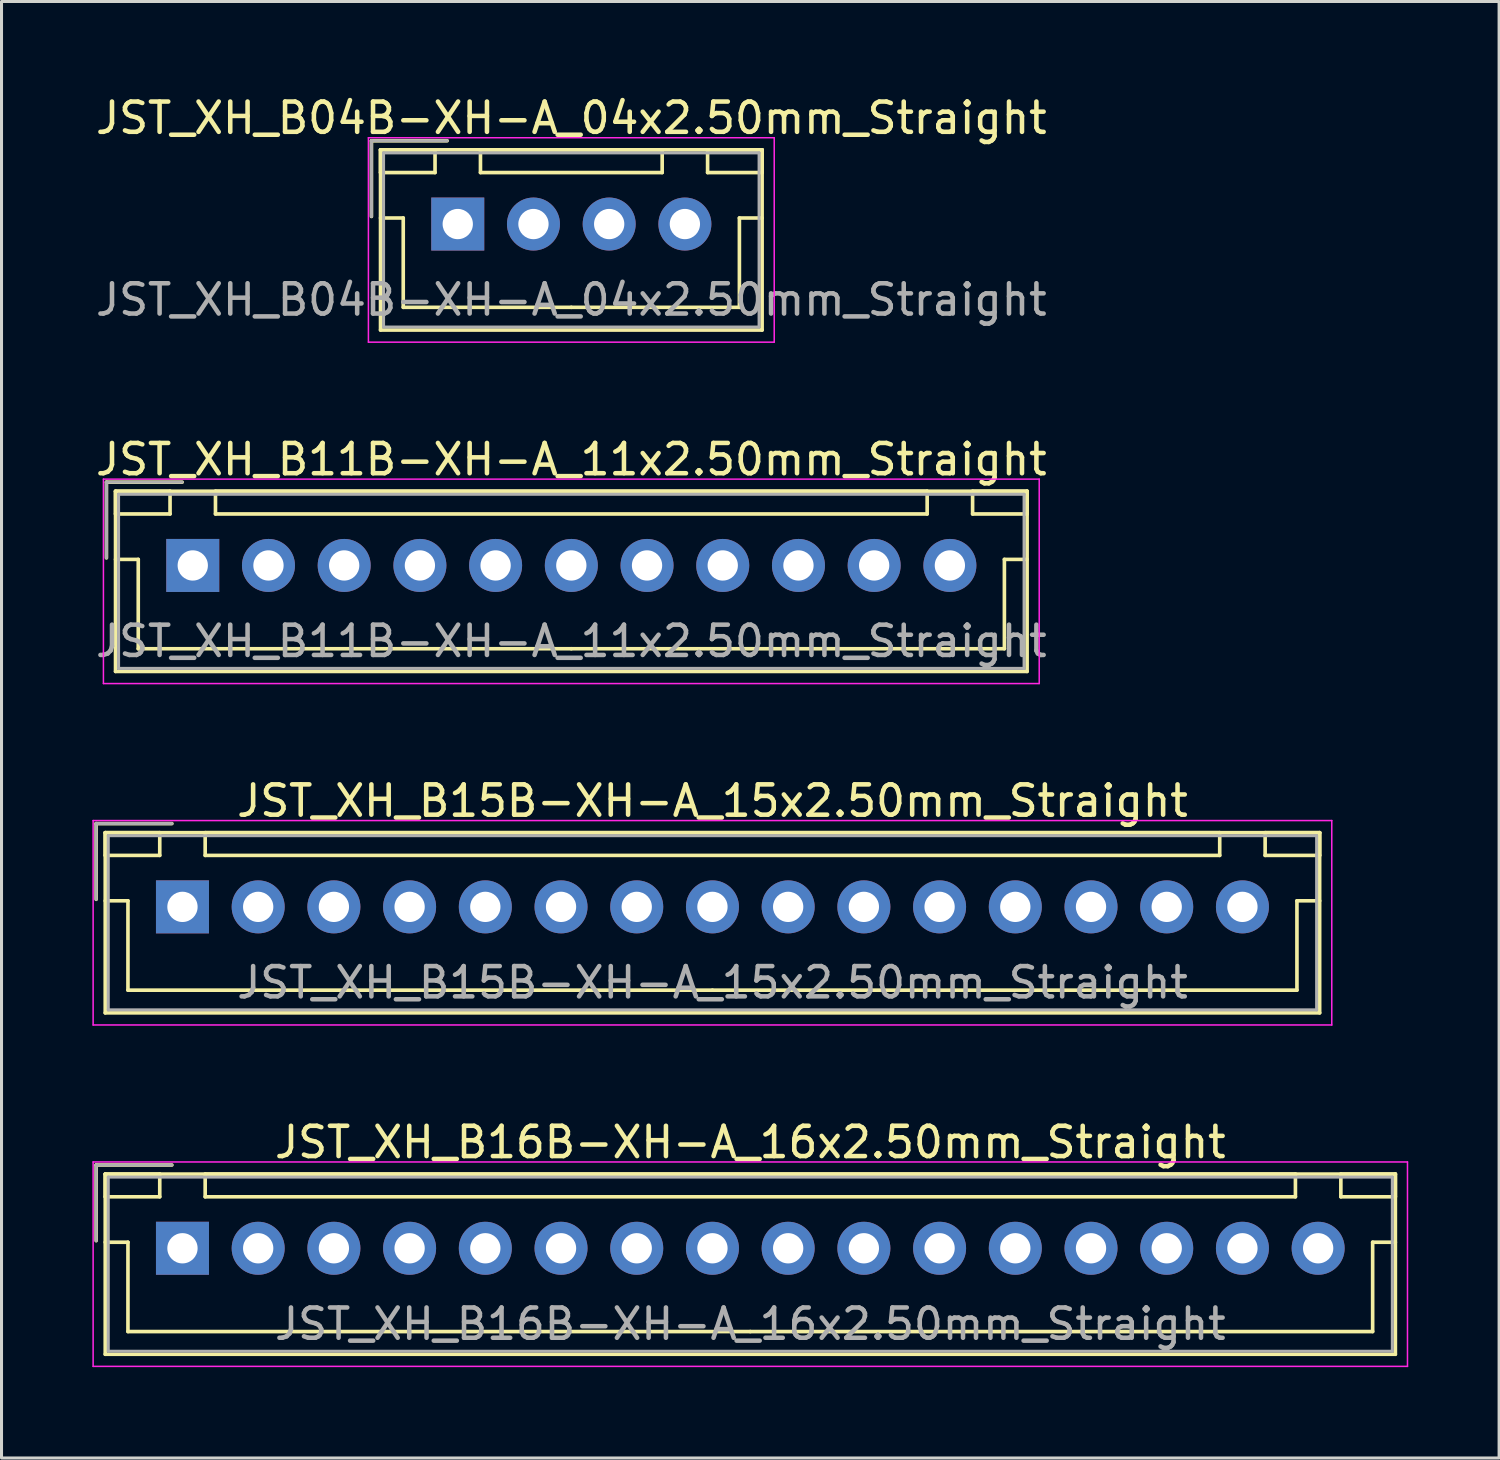
<source format=kicad_pcb>
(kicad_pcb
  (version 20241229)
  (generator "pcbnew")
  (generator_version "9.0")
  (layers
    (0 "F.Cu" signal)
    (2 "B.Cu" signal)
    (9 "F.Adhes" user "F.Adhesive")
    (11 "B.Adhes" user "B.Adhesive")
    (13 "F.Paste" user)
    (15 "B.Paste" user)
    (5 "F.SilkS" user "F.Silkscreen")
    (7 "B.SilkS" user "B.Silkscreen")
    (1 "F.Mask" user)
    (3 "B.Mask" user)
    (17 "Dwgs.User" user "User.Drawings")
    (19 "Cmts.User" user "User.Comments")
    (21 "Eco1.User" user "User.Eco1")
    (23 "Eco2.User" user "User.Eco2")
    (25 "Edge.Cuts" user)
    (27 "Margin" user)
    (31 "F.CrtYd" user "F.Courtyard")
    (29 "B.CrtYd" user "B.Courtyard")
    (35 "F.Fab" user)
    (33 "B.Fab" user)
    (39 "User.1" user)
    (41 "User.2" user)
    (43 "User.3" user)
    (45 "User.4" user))
  (footprint "JST_XH_B15B-XH-A_15x2.50mm_Straight"
    (layer "F.Cu")
    (at 2.975 26.895)
    (property "Reference" "JST_XH_B15B-XH-A_15x2.50mm_Straight" (at 17.5 -3.5 0) (layer "F.SilkS") (effects (font (size 1 1) (thickness 0.15))))
    (attr through_hole)
    (fp_line (start -2.85 -2.75) (end -2.85 -0.25) (stroke (width 0.12) (type solid)) (layer "F.SilkS"))
    (fp_line (start -2.55 -2.45) (end -2.55 -1.7) (stroke (width 0.12) (type solid)) (layer "F.SilkS"))
    (fp_line (start -2.55 -2.45) (end -2.55 3.5) (stroke (width 0.12) (type solid)) (layer "F.SilkS"))
    (fp_line (start -2.55 -1.7) (end -0.75 -1.7) (stroke (width 0.12) (type solid)) (layer "F.SilkS"))
    (fp_line (start -2.55 -0.2) (end -1.8 -0.2) (stroke (width 0.12) (type solid)) (layer "F.SilkS"))
    (fp_line (start -2.55 3.5) (end 37.55 3.5) (stroke (width 0.12) (type solid)) (layer "F.SilkS"))
    (fp_line (start -1.8 -0.2) (end -1.8 2.75) (stroke (width 0.12) (type solid)) (layer "F.SilkS"))
    (fp_line (start -1.8 2.75) (end 17.5 2.75) (stroke (width 0.12) (type solid)) (layer "F.SilkS"))
    (fp_line (start -0.75 -2.45) (end -2.55 -2.45) (stroke (width 0.12) (type solid)) (layer "F.SilkS"))
    (fp_line (start -0.75 -1.7) (end -0.75 -2.45) (stroke (width 0.12) (type solid)) (layer "F.SilkS"))
    (fp_line (start -0.35 -2.75) (end -2.85 -2.75) (stroke (width 0.12) (type solid)) (layer "F.SilkS"))
    (fp_line (start 0.75 -2.45) (end 0.75 -1.7) (stroke (width 0.12) (type solid)) (layer "F.SilkS"))
    (fp_line (start 0.75 -1.7) (end 34.25 -1.7) (stroke (width 0.12) (type solid)) (layer "F.SilkS"))
    (fp_line (start 34.25 -2.45) (end 0.75 -2.45) (stroke (width 0.12) (type solid)) (layer "F.SilkS"))
    (fp_line (start 34.25 -1.7) (end 34.25 -2.45) (stroke (width 0.12) (type solid)) (layer "F.SilkS"))
    (fp_line (start 35.75 -2.45) (end 35.75 -1.7) (stroke (width 0.12) (type solid)) (layer "F.SilkS"))
    (fp_line (start 35.75 -1.7) (end 37.55 -1.7) (stroke (width 0.12) (type solid)) (layer "F.SilkS"))
    (fp_line (start 36.8 -0.2) (end 36.8 2.75) (stroke (width 0.12) (type solid)) (layer "F.SilkS"))
    (fp_line (start 36.8 2.75) (end 17.5 2.75) (stroke (width 0.12) (type solid)) (layer "F.SilkS"))
    (fp_line (start 37.55 -2.45) (end -2.55 -2.45) (stroke (width 0.12) (type solid)) (layer "F.SilkS"))
    (fp_line (start 37.55 -2.45) (end 35.75 -2.45) (stroke (width 0.12) (type solid)) (layer "F.SilkS"))
    (fp_line (start 37.55 -1.7) (end 37.55 -2.45) (stroke (width 0.12) (type solid)) (layer "F.SilkS"))
    (fp_line (start 37.55 -0.2) (end 36.8 -0.2) (stroke (width 0.12) (type solid)) (layer "F.SilkS"))
    (fp_line (start 37.55 3.5) (end 37.55 -2.45) (stroke (width 0.12) (type solid)) (layer "F.SilkS"))
    (fp_line (start -2.95 -2.85) (end -2.95 3.9) (stroke (width 0.05) (type solid)) (layer "F.CrtYd"))
    (fp_line (start -2.95 3.9) (end 37.95 3.9) (stroke (width 0.05) (type solid)) (layer "F.CrtYd"))
    (fp_line (start 37.95 -2.85) (end -2.95 -2.85) (stroke (width 0.05) (type solid)) (layer "F.CrtYd"))
    (fp_line (start 37.95 3.9) (end 37.95 -2.85) (stroke (width 0.05) (type solid)) (layer "F.CrtYd"))
    (fp_line (start -2.85 -2.75) (end -2.85 -0.25) (stroke (width 0.1) (type solid)) (layer "F.Fab"))
    (fp_line (start -2.45 -2.35) (end -2.45 3.4) (stroke (width 0.1) (type solid)) (layer "F.Fab"))
    (fp_line (start -2.45 3.4) (end 37.45 3.4) (stroke (width 0.1) (type solid)) (layer "F.Fab"))
    (fp_line (start -0.35 -2.75) (end -2.85 -2.75) (stroke (width 0.1) (type solid)) (layer "F.Fab"))
    (fp_line (start 37.45 -2.35) (end -2.45 -2.35) (stroke (width 0.1) (type solid)) (layer "F.Fab"))
    (fp_line (start 37.45 3.4) (end 37.45 -2.35) (stroke (width 0.1) (type solid)) (layer "F.Fab"))
    (fp_text user "${REFERENCE}" (at 17.5 2.5 0) (layer "F.Fab") (effects (font (size 1 1) (thickness 0.15))))
    (pad "1" thru_hole rect (at 0 0) (size 1.75 1.75) (drill 1) (layers "*.Cu" "*.Mask"))
    (pad "2" thru_hole circle (at 2.5 0) (size 1.75 1.75) (drill 1) (layers "*.Cu" "*.Mask"))
    (pad "3" thru_hole circle (at 5 0) (size 1.75 1.75) (drill 1) (layers "*.Cu" "*.Mask"))
    (pad "4" thru_hole circle (at 7.5 0) (size 1.75 1.75) (drill 1) (layers "*.Cu" "*.Mask"))
    (pad "5" thru_hole circle (at 10 0) (size 1.75 1.75) (drill 1) (layers "*.Cu" "*.Mask"))
    (pad "6" thru_hole circle (at 12.5 0) (size 1.75 1.75) (drill 1) (layers "*.Cu" "*.Mask"))
    (pad "7" thru_hole circle (at 15 0) (size 1.75 1.75) (drill 1) (layers "*.Cu" "*.Mask"))
    (pad "8" thru_hole circle (at 17.5 0) (size 1.75 1.75) (drill 1) (layers "*.Cu" "*.Mask"))
    (pad "9" thru_hole circle (at 20 0) (size 1.75 1.75) (drill 1) (layers "*.Cu" "*.Mask"))
    (pad "10" thru_hole circle (at 22.5 0) (size 1.75 1.75) (drill 1) (layers "*.Cu" "*.Mask"))
    (pad "11" thru_hole circle (at 25 0) (size 1.75 1.75) (drill 1) (layers "*.Cu" "*.Mask"))
    (pad "12" thru_hole circle (at 27.5 0) (size 1.75 1.75) (drill 1) (layers "*.Cu" "*.Mask"))
    (pad "13" thru_hole circle (at 30 0) (size 1.75 1.75) (drill 1) (layers "*.Cu" "*.Mask"))
    (pad "14" thru_hole circle (at 32.5 0) (size 1.75 1.75) (drill 1) (layers "*.Cu" "*.Mask"))
    (pad "15" thru_hole circle (at 35 0) (size 1.75 1.75) (drill 1) (layers "*.Cu" "*.Mask")))
  (footprint "JST_XH_B16B-XH-A_16x2.50mm_Straight"
    (layer "F.Cu")
    (at 2.975 38.168)
    (property "Reference" "JST_XH_B16B-XH-A_16x2.50mm_Straight" (at 18.75 -3.5 0) (layer "F.SilkS") (effects (font (size 1 1) (thickness 0.15))))
    (attr through_hole)
    (fp_line (start -2.85 -2.75) (end -2.85 -0.25) (stroke (width 0.12) (type solid)) (layer "F.SilkS"))
    (fp_line (start -2.55 -2.45) (end -2.55 -1.7) (stroke (width 0.12) (type solid)) (layer "F.SilkS"))
    (fp_line (start -2.55 -2.45) (end -2.55 3.5) (stroke (width 0.12) (type solid)) (layer "F.SilkS"))
    (fp_line (start -2.55 -1.7) (end -0.75 -1.7) (stroke (width 0.12) (type solid)) (layer "F.SilkS"))
    (fp_line (start -2.55 -0.2) (end -1.8 -0.2) (stroke (width 0.12) (type solid)) (layer "F.SilkS"))
    (fp_line (start -2.55 3.5) (end 40.05 3.5) (stroke (width 0.12) (type solid)) (layer "F.SilkS"))
    (fp_line (start -1.8 -0.2) (end -1.8 2.75) (stroke (width 0.12) (type solid)) (layer "F.SilkS"))
    (fp_line (start -1.8 2.75) (end 18.75 2.75) (stroke (width 0.12) (type solid)) (layer "F.SilkS"))
    (fp_line (start -0.75 -2.45) (end -2.55 -2.45) (stroke (width 0.12) (type solid)) (layer "F.SilkS"))
    (fp_line (start -0.75 -1.7) (end -0.75 -2.45) (stroke (width 0.12) (type solid)) (layer "F.SilkS"))
    (fp_line (start -0.35 -2.75) (end -2.85 -2.75) (stroke (width 0.12) (type solid)) (layer "F.SilkS"))
    (fp_line (start 0.75 -2.45) (end 0.75 -1.7) (stroke (width 0.12) (type solid)) (layer "F.SilkS"))
    (fp_line (start 0.75 -1.7) (end 36.75 -1.7) (stroke (width 0.12) (type solid)) (layer "F.SilkS"))
    (fp_line (start 36.75 -2.45) (end 0.75 -2.45) (stroke (width 0.12) (type solid)) (layer "F.SilkS"))
    (fp_line (start 36.75 -1.7) (end 36.75 -2.45) (stroke (width 0.12) (type solid)) (layer "F.SilkS"))
    (fp_line (start 38.25 -2.45) (end 38.25 -1.7) (stroke (width 0.12) (type solid)) (layer "F.SilkS"))
    (fp_line (start 38.25 -1.7) (end 40.05 -1.7) (stroke (width 0.12) (type solid)) (layer "F.SilkS"))
    (fp_line (start 39.3 -0.2) (end 39.3 2.75) (stroke (width 0.12) (type solid)) (layer "F.SilkS"))
    (fp_line (start 39.3 2.75) (end 18.75 2.75) (stroke (width 0.12) (type solid)) (layer "F.SilkS"))
    (fp_line (start 40.05 -2.45) (end -2.55 -2.45) (stroke (width 0.12) (type solid)) (layer "F.SilkS"))
    (fp_line (start 40.05 -2.45) (end 38.25 -2.45) (stroke (width 0.12) (type solid)) (layer "F.SilkS"))
    (fp_line (start 40.05 -1.7) (end 40.05 -2.45) (stroke (width 0.12) (type solid)) (layer "F.SilkS"))
    (fp_line (start 40.05 -0.2) (end 39.3 -0.2) (stroke (width 0.12) (type solid)) (layer "F.SilkS"))
    (fp_line (start 40.05 3.5) (end 40.05 -2.45) (stroke (width 0.12) (type solid)) (layer "F.SilkS"))
    (fp_line (start -2.95 -2.85) (end -2.95 3.9) (stroke (width 0.05) (type solid)) (layer "F.CrtYd"))
    (fp_line (start -2.95 3.9) (end 40.45 3.9) (stroke (width 0.05) (type solid)) (layer "F.CrtYd"))
    (fp_line (start 40.45 -2.85) (end -2.95 -2.85) (stroke (width 0.05) (type solid)) (layer "F.CrtYd"))
    (fp_line (start 40.45 3.9) (end 40.45 -2.85) (stroke (width 0.05) (type solid)) (layer "F.CrtYd"))
    (fp_line (start -2.85 -2.75) (end -2.85 -0.25) (stroke (width 0.1) (type solid)) (layer "F.Fab"))
    (fp_line (start -2.45 -2.35) (end -2.45 3.4) (stroke (width 0.1) (type solid)) (layer "F.Fab"))
    (fp_line (start -2.45 3.4) (end 39.95 3.4) (stroke (width 0.1) (type solid)) (layer "F.Fab"))
    (fp_line (start -0.35 -2.75) (end -2.85 -2.75) (stroke (width 0.1) (type solid)) (layer "F.Fab"))
    (fp_line (start 39.95 -2.35) (end -2.45 -2.35) (stroke (width 0.1) (type solid)) (layer "F.Fab"))
    (fp_line (start 39.95 3.4) (end 39.95 -2.35) (stroke (width 0.1) (type solid)) (layer "F.Fab"))
    (fp_text user "${REFERENCE}" (at 18.75 2.5 0) (layer "F.Fab") (effects (font (size 1 1) (thickness 0.15))))
    (pad "1" thru_hole rect (at 0 0) (size 1.75 1.75) (drill 1) (layers "*.Cu" "*.Mask"))
    (pad "2" thru_hole circle (at 2.5 0) (size 1.75 1.75) (drill 1) (layers "*.Cu" "*.Mask"))
    (pad "3" thru_hole circle (at 5 0) (size 1.75 1.75) (drill 1) (layers "*.Cu" "*.Mask"))
    (pad "4" thru_hole circle (at 7.5 0) (size 1.75 1.75) (drill 1) (layers "*.Cu" "*.Mask"))
    (pad "5" thru_hole circle (at 10 0) (size 1.75 1.75) (drill 1) (layers "*.Cu" "*.Mask"))
    (pad "6" thru_hole circle (at 12.5 0) (size 1.75 1.75) (drill 1) (layers "*.Cu" "*.Mask"))
    (pad "7" thru_hole circle (at 15 0) (size 1.75 1.75) (drill 1) (layers "*.Cu" "*.Mask"))
    (pad "8" thru_hole circle (at 17.5 0) (size 1.75 1.75) (drill 1) (layers "*.Cu" "*.Mask"))
    (pad "9" thru_hole circle (at 20 0) (size 1.75 1.75) (drill 1) (layers "*.Cu" "*.Mask"))
    (pad "10" thru_hole circle (at 22.5 0) (size 1.75 1.75) (drill 1) (layers "*.Cu" "*.Mask"))
    (pad "11" thru_hole circle (at 25 0) (size 1.75 1.75) (drill 1) (layers "*.Cu" "*.Mask"))
    (pad "12" thru_hole circle (at 27.5 0) (size 1.75 1.75) (drill 1) (layers "*.Cu" "*.Mask"))
    (pad "13" thru_hole circle (at 30 0) (size 1.75 1.75) (drill 1) (layers "*.Cu" "*.Mask"))
    (pad "14" thru_hole circle (at 32.5 0) (size 1.75 1.75) (drill 1) (layers "*.Cu" "*.Mask"))
    (pad "15" thru_hole circle (at 35 0) (size 1.75 1.75) (drill 1) (layers "*.Cu" "*.Mask"))
    (pad "16" thru_hole circle (at 37.5 0) (size 1.75 1.75) (drill 1) (layers "*.Cu" "*.Mask")))
  (footprint "JST_XH_B11B-XH-A_11x2.50mm_Straight"
    (layer "F.Cu")
    (at 3.315 15.621)
    (property "Reference" "JST_XH_B11B-XH-A_11x2.50mm_Straight" (at 12.5 -3.5 0) (layer "F.SilkS") (effects (font (size 1 1) (thickness 0.15))))
    (attr through_hole)
    (fp_line (start -2.85 -2.75) (end -2.85 -0.25) (stroke (width 0.12) (type solid)) (layer "F.SilkS"))
    (fp_line (start -2.55 -2.45) (end -2.55 -1.7) (stroke (width 0.12) (type solid)) (layer "F.SilkS"))
    (fp_line (start -2.55 -2.45) (end -2.55 3.5) (stroke (width 0.12) (type solid)) (layer "F.SilkS"))
    (fp_line (start -2.55 -1.7) (end -0.75 -1.7) (stroke (width 0.12) (type solid)) (layer "F.SilkS"))
    (fp_line (start -2.55 -0.2) (end -1.8 -0.2) (stroke (width 0.12) (type solid)) (layer "F.SilkS"))
    (fp_line (start -2.55 3.5) (end 27.55 3.5) (stroke (width 0.12) (type solid)) (layer "F.SilkS"))
    (fp_line (start -1.8 -0.2) (end -1.8 2.75) (stroke (width 0.12) (type solid)) (layer "F.SilkS"))
    (fp_line (start -1.8 2.75) (end 12.5 2.75) (stroke (width 0.12) (type solid)) (layer "F.SilkS"))
    (fp_line (start -0.75 -2.45) (end -2.55 -2.45) (stroke (width 0.12) (type solid)) (layer "F.SilkS"))
    (fp_line (start -0.75 -1.7) (end -0.75 -2.45) (stroke (width 0.12) (type solid)) (layer "F.SilkS"))
    (fp_line (start -0.35 -2.75) (end -2.85 -2.75) (stroke (width 0.12) (type solid)) (layer "F.SilkS"))
    (fp_line (start 0.75 -2.45) (end 0.75 -1.7) (stroke (width 0.12) (type solid)) (layer "F.SilkS"))
    (fp_line (start 0.75 -1.7) (end 24.25 -1.7) (stroke (width 0.12) (type solid)) (layer "F.SilkS"))
    (fp_line (start 24.25 -2.45) (end 0.75 -2.45) (stroke (width 0.12) (type solid)) (layer "F.SilkS"))
    (fp_line (start 24.25 -1.7) (end 24.25 -2.45) (stroke (width 0.12) (type solid)) (layer "F.SilkS"))
    (fp_line (start 25.75 -2.45) (end 25.75 -1.7) (stroke (width 0.12) (type solid)) (layer "F.SilkS"))
    (fp_line (start 25.75 -1.7) (end 27.55 -1.7) (stroke (width 0.12) (type solid)) (layer "F.SilkS"))
    (fp_line (start 26.8 -0.2) (end 26.8 2.75) (stroke (width 0.12) (type solid)) (layer "F.SilkS"))
    (fp_line (start 26.8 2.75) (end 12.5 2.75) (stroke (width 0.12) (type solid)) (layer "F.SilkS"))
    (fp_line (start 27.55 -2.45) (end -2.55 -2.45) (stroke (width 0.12) (type solid)) (layer "F.SilkS"))
    (fp_line (start 27.55 -2.45) (end 25.75 -2.45) (stroke (width 0.12) (type solid)) (layer "F.SilkS"))
    (fp_line (start 27.55 -1.7) (end 27.55 -2.45) (stroke (width 0.12) (type solid)) (layer "F.SilkS"))
    (fp_line (start 27.55 -0.2) (end 26.8 -0.2) (stroke (width 0.12) (type solid)) (layer "F.SilkS"))
    (fp_line (start 27.55 3.5) (end 27.55 -2.45) (stroke (width 0.12) (type solid)) (layer "F.SilkS"))
    (fp_line (start -2.95 -2.85) (end -2.95 3.9) (stroke (width 0.05) (type solid)) (layer "F.CrtYd"))
    (fp_line (start -2.95 3.9) (end 27.95 3.9) (stroke (width 0.05) (type solid)) (layer "F.CrtYd"))
    (fp_line (start 27.95 -2.85) (end -2.95 -2.85) (stroke (width 0.05) (type solid)) (layer "F.CrtYd"))
    (fp_line (start 27.95 3.9) (end 27.95 -2.85) (stroke (width 0.05) (type solid)) (layer "F.CrtYd"))
    (fp_line (start -2.85 -2.75) (end -2.85 -0.25) (stroke (width 0.1) (type solid)) (layer "F.Fab"))
    (fp_line (start -2.45 -2.35) (end -2.45 3.4) (stroke (width 0.1) (type solid)) (layer "F.Fab"))
    (fp_line (start -2.45 3.4) (end 27.45 3.4) (stroke (width 0.1) (type solid)) (layer "F.Fab"))
    (fp_line (start -0.35 -2.75) (end -2.85 -2.75) (stroke (width 0.1) (type solid)) (layer "F.Fab"))
    (fp_line (start 27.45 -2.35) (end -2.45 -2.35) (stroke (width 0.1) (type solid)) (layer "F.Fab"))
    (fp_line (start 27.45 3.4) (end 27.45 -2.35) (stroke (width 0.1) (type solid)) (layer "F.Fab"))
    (fp_text user "${REFERENCE}" (at 12.5 2.5 0) (layer "F.Fab") (effects (font (size 1 1) (thickness 0.15))))
    (pad "1" thru_hole rect (at 0 0) (size 1.75 1.75) (drill 1) (layers "*.Cu" "*.Mask"))
    (pad "2" thru_hole circle (at 2.5 0) (size 1.75 1.75) (drill 1) (layers "*.Cu" "*.Mask"))
    (pad "3" thru_hole circle (at 5 0) (size 1.75 1.75) (drill 1) (layers "*.Cu" "*.Mask"))
    (pad "4" thru_hole circle (at 7.5 0) (size 1.75 1.75) (drill 1) (layers "*.Cu" "*.Mask"))
    (pad "5" thru_hole circle (at 10 0) (size 1.75 1.75) (drill 1) (layers "*.Cu" "*.Mask"))
    (pad "6" thru_hole circle (at 12.5 0) (size 1.75 1.75) (drill 1) (layers "*.Cu" "*.Mask"))
    (pad "7" thru_hole circle (at 15 0) (size 1.75 1.75) (drill 1) (layers "*.Cu" "*.Mask"))
    (pad "8" thru_hole circle (at 17.5 0) (size 1.75 1.75) (drill 1) (layers "*.Cu" "*.Mask"))
    (pad "9" thru_hole circle (at 20 0) (size 1.75 1.75) (drill 1) (layers "*.Cu" "*.Mask"))
    (pad "10" thru_hole circle (at 22.5 0) (size 1.75 1.75) (drill 1) (layers "*.Cu" "*.Mask"))
    (pad "11" thru_hole circle (at 25 0) (size 1.75 1.75) (drill 1) (layers "*.Cu" "*.Mask")))
  (footprint "JST_XH_B04B-XH-A_04x2.50mm_Straight"
    (layer "F.Cu")
    (at 12.065 4.348)
    (property "Reference" "JST_XH_B04B-XH-A_04x2.50mm_Straight" (at 3.75 -3.5 0) (layer "F.SilkS") (effects (font (size 1 1) (thickness 0.15))))
    (attr through_hole)
    (fp_line (start -2.85 -2.75) (end -2.85 -0.25) (stroke (width 0.12) (type solid)) (layer "F.SilkS"))
    (fp_line (start -2.55 -2.45) (end -2.55 -1.7) (stroke (width 0.12) (type solid)) (layer "F.SilkS"))
    (fp_line (start -2.55 -2.45) (end -2.55 3.5) (stroke (width 0.12) (type solid)) (layer "F.SilkS"))
    (fp_line (start -2.55 -1.7) (end -0.75 -1.7) (stroke (width 0.12) (type solid)) (layer "F.SilkS"))
    (fp_line (start -2.55 -0.2) (end -1.8 -0.2) (stroke (width 0.12) (type solid)) (layer "F.SilkS"))
    (fp_line (start -2.55 3.5) (end 10.05 3.5) (stroke (width 0.12) (type solid)) (layer "F.SilkS"))
    (fp_line (start -1.8 -0.2) (end -1.8 2.75) (stroke (width 0.12) (type solid)) (layer "F.SilkS"))
    (fp_line (start -1.8 2.75) (end 3.75 2.75) (stroke (width 0.12) (type solid)) (layer "F.SilkS"))
    (fp_line (start -0.75 -2.45) (end -2.55 -2.45) (stroke (width 0.12) (type solid)) (layer "F.SilkS"))
    (fp_line (start -0.75 -1.7) (end -0.75 -2.45) (stroke (width 0.12) (type solid)) (layer "F.SilkS"))
    (fp_line (start -0.35 -2.75) (end -2.85 -2.75) (stroke (width 0.12) (type solid)) (layer "F.SilkS"))
    (fp_line (start 0.75 -2.45) (end 0.75 -1.7) (stroke (width 0.12) (type solid)) (layer "F.SilkS"))
    (fp_line (start 0.75 -1.7) (end 6.75 -1.7) (stroke (width 0.12) (type solid)) (layer "F.SilkS"))
    (fp_line (start 6.75 -2.45) (end 0.75 -2.45) (stroke (width 0.12) (type solid)) (layer "F.SilkS"))
    (fp_line (start 6.75 -1.7) (end 6.75 -2.45) (stroke (width 0.12) (type solid)) (layer "F.SilkS"))
    (fp_line (start 8.25 -2.45) (end 8.25 -1.7) (stroke (width 0.12) (type solid)) (layer "F.SilkS"))
    (fp_line (start 8.25 -1.7) (end 10.05 -1.7) (stroke (width 0.12) (type solid)) (layer "F.SilkS"))
    (fp_line (start 9.3 -0.2) (end 9.3 2.75) (stroke (width 0.12) (type solid)) (layer "F.SilkS"))
    (fp_line (start 9.3 2.75) (end 3.75 2.75) (stroke (width 0.12) (type solid)) (layer "F.SilkS"))
    (fp_line (start 10.05 -2.45) (end -2.55 -2.45) (stroke (width 0.12) (type solid)) (layer "F.SilkS"))
    (fp_line (start 10.05 -2.45) (end 8.25 -2.45) (stroke (width 0.12) (type solid)) (layer "F.SilkS"))
    (fp_line (start 10.05 -1.7) (end 10.05 -2.45) (stroke (width 0.12) (type solid)) (layer "F.SilkS"))
    (fp_line (start 10.05 -0.2) (end 9.3 -0.2) (stroke (width 0.12) (type solid)) (layer "F.SilkS"))
    (fp_line (start 10.05 3.5) (end 10.05 -2.45) (stroke (width 0.12) (type solid)) (layer "F.SilkS"))
    (fp_line (start -2.95 -2.85) (end -2.95 3.9) (stroke (width 0.05) (type solid)) (layer "F.CrtYd"))
    (fp_line (start -2.95 3.9) (end 10.45 3.9) (stroke (width 0.05) (type solid)) (layer "F.CrtYd"))
    (fp_line (start 10.45 -2.85) (end -2.95 -2.85) (stroke (width 0.05) (type solid)) (layer "F.CrtYd"))
    (fp_line (start 10.45 3.9) (end 10.45 -2.85) (stroke (width 0.05) (type solid)) (layer "F.CrtYd"))
    (fp_line (start -2.85 -2.75) (end -2.85 -0.25) (stroke (width 0.1) (type solid)) (layer "F.Fab"))
    (fp_line (start -2.45 -2.35) (end -2.45 3.4) (stroke (width 0.1) (type solid)) (layer "F.Fab"))
    (fp_line (start -2.45 3.4) (end 9.95 3.4) (stroke (width 0.1) (type solid)) (layer "F.Fab"))
    (fp_line (start -0.35 -2.75) (end -2.85 -2.75) (stroke (width 0.1) (type solid)) (layer "F.Fab"))
    (fp_line (start 9.95 -2.35) (end -2.45 -2.35) (stroke (width 0.1) (type solid)) (layer "F.Fab"))
    (fp_line (start 9.95 3.4) (end 9.95 -2.35) (stroke (width 0.1) (type solid)) (layer "F.Fab"))
    (fp_text user "${REFERENCE}" (at 3.75 2.5 0) (layer "F.Fab") (effects (font (size 1 1) (thickness 0.15))))
    (pad "1" thru_hole rect (at 0 0) (size 1.75 1.75) (drill 1) (layers "*.Cu" "*.Mask"))
    (pad "2" thru_hole circle (at 2.5 0) (size 1.75 1.75) (drill 1) (layers "*.Cu" "*.Mask"))
    (pad "3" thru_hole circle (at 5 0) (size 1.75 1.75) (drill 1) (layers "*.Cu" "*.Mask"))
    (pad "4" thru_hole circle (at 7.5 0) (size 1.75 1.75) (drill 1) (layers "*.Cu" "*.Mask")))
  (gr_rect
    (start -3 -3)
    (end 46.45 45.093)
    (stroke (width 0.1) (type default))
    (fill no)
    (layer "Edge.Cuts")))
</source>
